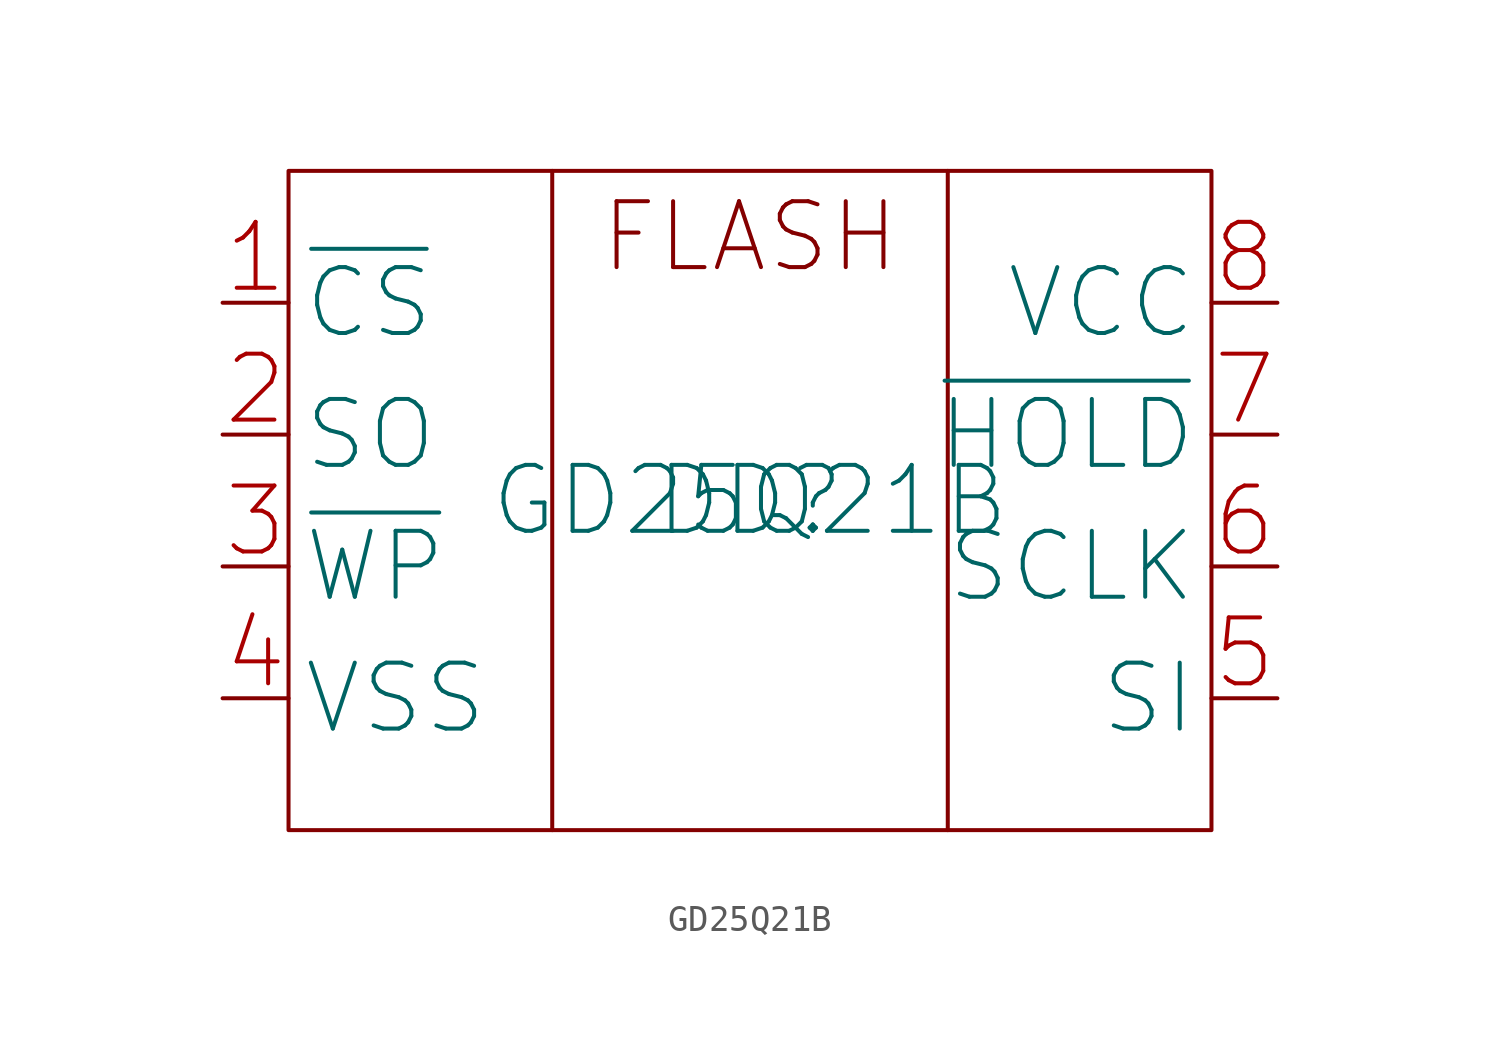
<source format=kicad_sym>
(kicad_symbol_lib
  (version 20220914)
  (generator kicad_symbol_editor)
  (symbol "GD25Q21B"
    (property "Reference" "DD"
      (at 0 0 0)
      (effects (font (size 2.5 2.5))))
    (property "Value" "GD25Q21B"
      (at 0 0 0)
      (effects (font (size 2.5 2.5))))
    (symbol "GD25Q21B_0_1"
      (rectangle (start -17.5 12.5) (end 17.5 -12.5) (stroke (width 0) (type default)) (fill (type none)))
      (polyline (pts (xy -7.5 12.5) (xy -7.5 -12.5)) (stroke (width 0) (type default)) (fill (type none)))
      (polyline (pts (xy 7.5 12.5) (xy 7.5 -12.5)) (stroke (width 0) (type default)) (fill (type none))))
    (symbol "GD25Q21B_1_0"
      (pin input line (at -20 7.5 0) (length 2.5) (name "~{CS}" (effects (font (size 2.5 2.5)))) (number "1" (effects (font (size 2.5 2.5)))))
      (pin input line (at -20 2.5 0) (length 2.5) (name "SO" (effects (font (size 2.5 2.5)))) (number "2" (effects (font (size 2.5 2.5)))))
      (pin input line (at -20 -2.5 0) (length 2.5) (name "~{WP}" (effects (font (size 2.5 2.5)))) (number "3" (effects (font (size 2.5 2.5)))))
      (pin input line (at -20 -7.5 0) (length 2.5) (name "VSS" (effects (font (size 2.5 2.5)))) (number "4" (effects (font (size 2.5 2.5)))))
      (pin input line (at 20 -7.5 180) (length 2.5) (name "SI" (effects (font (size 2.5 2.5)))) (number "5" (effects (font (size 2.5 2.5)))))
      (pin input line (at 20 -2.5 180) (length 2.5) (name "SCLK" (effects (font (size 2.5 2.5)))) (number "6" (effects (font (size 2.5 2.5)))))
      (pin input line (at 20 2.5 180) (length 2.5) (name "~{HOLD}" (effects (font (size 2.5 2.5)))) (number "7" (effects (font (size 2.5 2.5)))))
      (pin input line (at 20 7.5 180) (length 2.5) (name "VCC" (effects (font (size 2.5 2.5)))) (number "8" (effects (font (size 2.5 2.5))))))
    (symbol "GD25Q21B_1_1"
      (text "FLASH" (at 0 10 0) (effects (font (size 2.5 2.5)))))))
</source>
